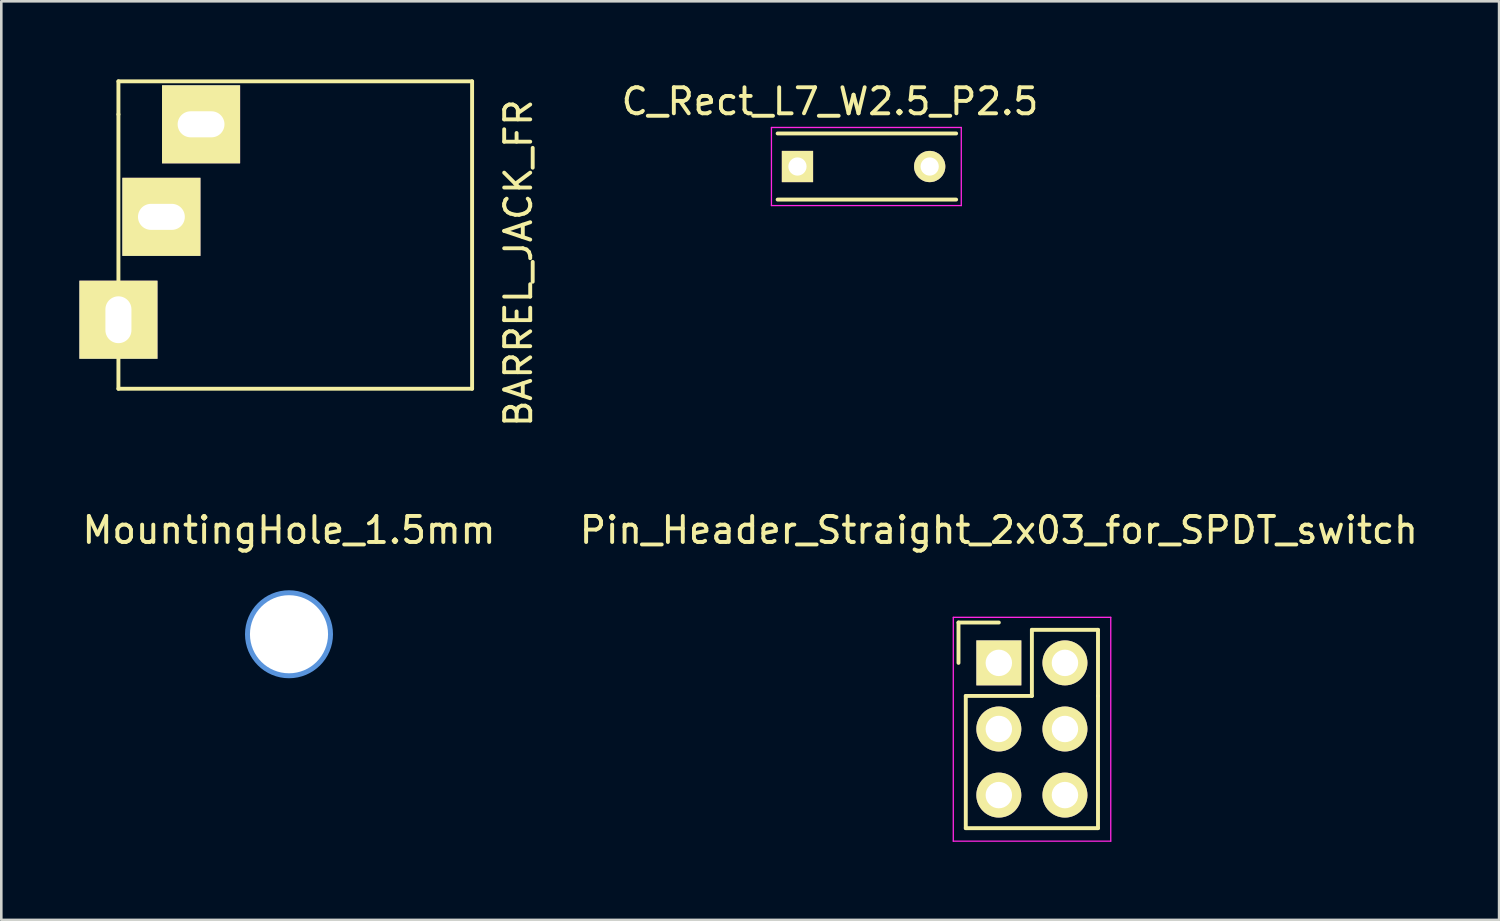
<source format=kicad_pcb>
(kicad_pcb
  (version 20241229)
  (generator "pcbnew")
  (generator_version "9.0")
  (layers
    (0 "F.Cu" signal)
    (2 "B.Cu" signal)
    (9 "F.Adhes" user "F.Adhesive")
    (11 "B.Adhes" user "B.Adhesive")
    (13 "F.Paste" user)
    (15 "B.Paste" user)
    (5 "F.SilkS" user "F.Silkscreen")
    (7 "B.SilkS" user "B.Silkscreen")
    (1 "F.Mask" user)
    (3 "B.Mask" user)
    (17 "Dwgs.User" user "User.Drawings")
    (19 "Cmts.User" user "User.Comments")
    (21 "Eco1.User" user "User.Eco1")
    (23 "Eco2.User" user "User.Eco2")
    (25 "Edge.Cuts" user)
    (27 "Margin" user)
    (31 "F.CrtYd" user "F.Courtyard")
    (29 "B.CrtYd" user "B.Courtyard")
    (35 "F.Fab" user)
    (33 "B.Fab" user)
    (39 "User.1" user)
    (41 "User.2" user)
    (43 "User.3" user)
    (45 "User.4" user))
  (footprint "MountingHole_1.5mm"
    (layer "F.Cu")
    (at 8.054 21.319)
    (property "Reference" "MountingHole_1.5mm" (at 0 -4 0) (layer "F.SilkS") (effects (font (size 1 1) (thickness 0.15))))
    (attr through_hole)
    (fp_circle (center 0 0) (end 1.5 0) (stroke (width 0.381) (type solid)) (fill no) (layer "Cmts.User"))
    (pad "" thru_hole circle (at 0 0) (size 3 3) (drill 3) (layers)))
  (footprint "Pin_Header_Straight_2x03_for_SPDT_switch"
    (layer "F.Cu")
    (at 35.327 22.419)
    (property "Reference" "Pin_Header_Straight_2x03_for_SPDT_switch" (at 0 -5.1 0) (layer "F.SilkS") (effects (font (size 1 1) (thickness 0.15))))
    (attr through_hole)
    (fp_line (start -1.55 -1.55) (end -1.55 0) (stroke (width 0.15) (type solid)) (layer "F.SilkS"))
    (fp_line (start -1.55 -1.55) (end 0 -1.55) (stroke (width 0.15) (type solid)) (layer "F.SilkS"))
    (fp_line (start -1.27 1.27) (end -1.27 6.35) (stroke (width 0.15) (type solid)) (layer "F.SilkS"))
    (fp_line (start -1.27 6.35) (end 3.81 6.35) (stroke (width 0.15) (type solid)) (layer "F.SilkS"))
    (fp_line (start 1.27 -1.27) (end 1.27 1.27) (stroke (width 0.15) (type solid)) (layer "F.SilkS"))
    (fp_line (start 1.27 1.27) (end -1.27 1.27) (stroke (width 0.15) (type solid)) (layer "F.SilkS"))
    (fp_line (start 3.81 -1.27) (end 1.27 -1.27) (stroke (width 0.15) (type solid)) (layer "F.SilkS"))
    (fp_line (start 3.81 1.27) (end 3.81 -1.27) (stroke (width 0.15) (type solid)) (layer "F.SilkS"))
    (fp_line (start 3.81 6.35) (end 3.81 1.27) (stroke (width 0.15) (type solid)) (layer "F.SilkS"))
    (fp_line (start -1.75 -1.75) (end -1.75 6.85) (stroke (width 0.05) (type solid)) (layer "F.CrtYd"))
    (fp_line (start -1.75 -1.75) (end 4.3 -1.75) (stroke (width 0.05) (type solid)) (layer "F.CrtYd"))
    (fp_line (start -1.75 6.85) (end 4.3 6.85) (stroke (width 0.05) (type solid)) (layer "F.CrtYd"))
    (fp_line (start 4.3 -1.75) (end 4.3 6.85) (stroke (width 0.05) (type solid)) (layer "F.CrtYd"))
    (pad "1" thru_hole rect (at 0 0) (size 1.727 1.727) (drill 1.016) (layers "*.Cu" "*.Mask" "F.SilkS"))
    (pad "2" thru_hole oval (at 0 2.54) (size 1.727 1.727) (drill 1.016) (layers "*.Cu" "*.Mask" "F.SilkS"))
    (pad "3" thru_hole oval (at 2.54 0) (size 1.727 1.727) (drill 1.016) (layers "*.Cu" "*.Mask" "F.SilkS"))
    (pad "4" thru_hole oval (at 2.54 2.54) (size 1.727 1.727) (drill 1.016) (layers "*.Cu" "*.Mask" "F.SilkS"))
    (pad "5" thru_hole oval (at 0 5.08) (size 1.727 1.727) (drill 1.016) (layers "*.Cu" "*.Mask" "F.SilkS"))
    (pad "6" thru_hole oval (at 2.54 5.08) (size 1.727 1.727) (drill 1.016) (layers "*.Cu" "*.Mask" "F.SilkS")))
  (footprint "BARREL_JACK_FR"
    (layer "F.Cu")
    (at 6.707 5.79)
    (property "Reference" "BARREL_JACK_FR" (at 10.16 1.27 90) (layer "F.SilkS") (effects (font (size 1 1) (thickness 0.15))))
    (attr through_hole)
    (fp_line (start -5.207 -5.715) (end -5.207 -4.445) (stroke (width 0.15) (type solid)) (layer "F.SilkS"))
    (fp_line (start -5.207 6.096) (end -5.207 -4.445) (stroke (width 0.15) (type solid)) (layer "F.SilkS"))
    (fp_line (start 8.382 -5.715) (end -5.207 -5.715) (stroke (width 0.15) (type solid)) (layer "F.SilkS"))
    (fp_line (start 8.382 -5.715) (end 8.382 6.096) (stroke (width 0.15) (type solid)) (layer "F.SilkS"))
    (fp_line (start 8.382 6.096) (end -5.207 6.096) (stroke (width 0.15) (type solid)) (layer "F.SilkS"))
    (pad "1" thru_hole rect (at -5.207 3.445 90) (size 3 3) (drill oval 1.8 1) (layers "*.Cu" "*.Mask" "F.SilkS"))
    (pad "2" thru_hole rect (at -2.032 -4.064) (size 3 3) (drill oval 1.8 1) (layers "*.Cu" "*.Mask" "F.SilkS"))
    (pad "3" thru_hole rect (at -3.556 -0.508) (size 3 3) (drill oval 1.8 1) (layers "*.Cu" "*.Mask" "F.SilkS")))
  (footprint "C_Rect_L7_W2.5_P2.5"
    (layer "F.Cu")
    (at 27.59 3.348)
    (property "Reference" "C_Rect_L7_W2.5_P2.5" (at 1.25 -2.5 0) (layer "F.SilkS") (effects (font (size 1 1) (thickness 0.15))))
    (attr through_hole)
    (fp_line (start -0.762 -1.27) (end 6.096 -1.27) (stroke (width 0.15) (type solid)) (layer "F.SilkS"))
    (fp_line (start -0.762 1.27) (end 6.096 1.27) (stroke (width 0.15) (type solid)) (layer "F.SilkS"))
    (fp_line (start -1 -1.5) (end 6.295 -1.5) (stroke (width 0.05) (type solid)) (layer "F.CrtYd"))
    (fp_line (start -1 1.5) (end -1 -1.5) (stroke (width 0.05) (type solid)) (layer "F.CrtYd"))
    (fp_line (start 6.294 -1.5) (end 6.294 1.5) (stroke (width 0.05) (type solid)) (layer "F.CrtYd"))
    (fp_line (start 6.295 1.5) (end -1 1.5) (stroke (width 0.05) (type solid)) (layer "F.CrtYd"))
    (pad "1" thru_hole rect (at 0 0) (size 1.2 1.2) (drill 0.7) (layers "*.Cu" "*.Mask" "F.SilkS"))
    (pad "2" thru_hole circle (at 5.08 0) (size 1.2 1.2) (drill 0.7) (layers "*.Cu" "*.Mask" "F.SilkS")))
  (gr_rect
    (start -3 -3)
    (end 54.548 32.294)
    (stroke (width 0.1) (type default))
    (fill no)
    (layer "Edge.Cuts")))
</source>
